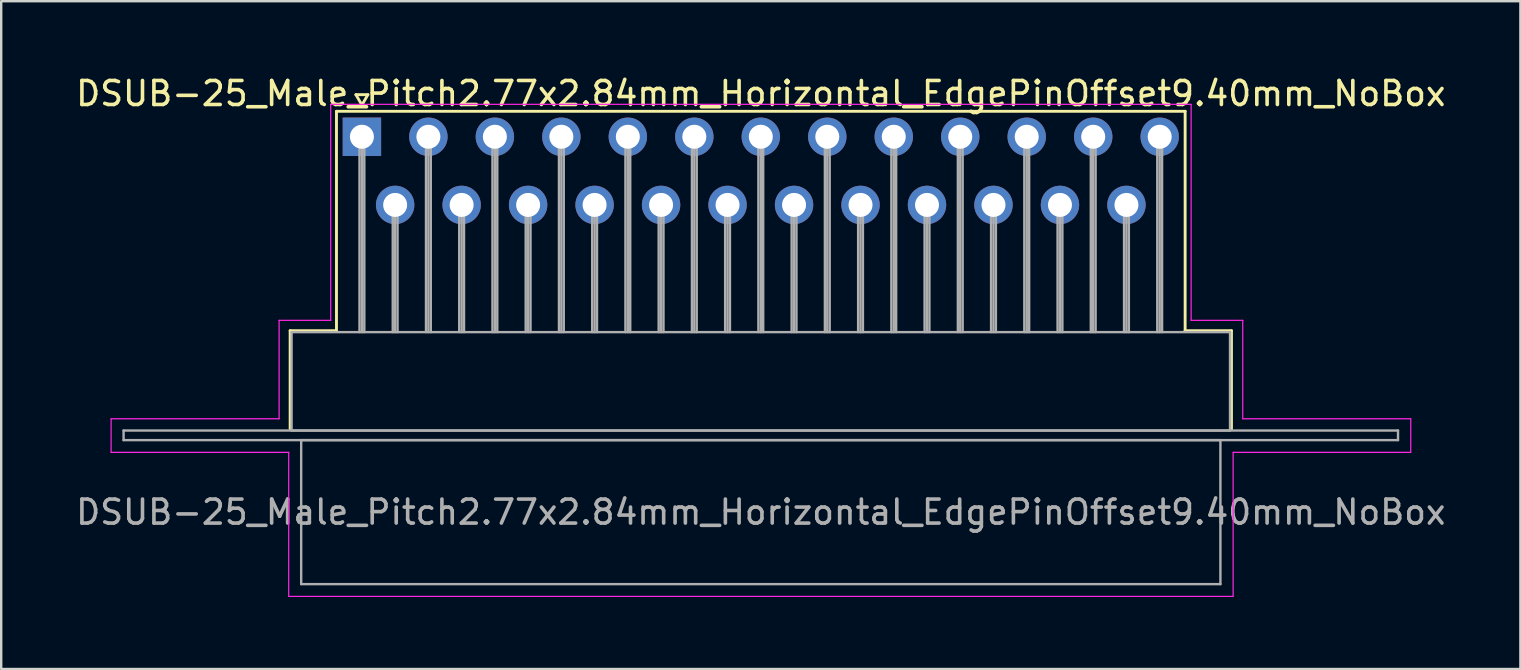
<source format=kicad_pcb>
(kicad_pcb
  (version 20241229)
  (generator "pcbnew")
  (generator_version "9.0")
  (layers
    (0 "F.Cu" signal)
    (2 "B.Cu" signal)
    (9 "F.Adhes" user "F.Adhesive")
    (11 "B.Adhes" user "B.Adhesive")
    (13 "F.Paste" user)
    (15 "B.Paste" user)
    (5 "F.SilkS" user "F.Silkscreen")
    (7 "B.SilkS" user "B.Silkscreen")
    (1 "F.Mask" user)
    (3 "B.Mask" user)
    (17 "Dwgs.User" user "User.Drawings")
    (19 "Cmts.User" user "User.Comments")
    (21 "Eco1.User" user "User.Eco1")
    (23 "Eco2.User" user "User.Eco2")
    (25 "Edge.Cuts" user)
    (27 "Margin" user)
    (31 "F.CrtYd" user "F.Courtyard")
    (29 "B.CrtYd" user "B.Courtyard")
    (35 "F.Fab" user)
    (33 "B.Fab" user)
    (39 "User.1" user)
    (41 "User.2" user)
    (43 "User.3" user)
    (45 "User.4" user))
  (footprint "DSUB-25_Male_Pitch2.77x2.84mm_Horizontal_EdgePinOffset9.40mm_NoBox"
    (layer "F.Cu")
    (at 12.029 2.648)
    (property "Reference" "DSUB-25_Male_Pitch2.77x2.84mm_Horizontal_EdgePinOffset9.40mm_NoBox" (at 16.62 -1.8 0) (layer "F.SilkS") (effects (font (size 1 1) (thickness 0.15))))
    (attr through_hole)
    (fp_line (start -2.99 8.08) (end -1.06 8.08) (stroke (width 0.12) (type solid)) (layer "F.SilkS"))
    (fp_line (start -2.99 12.18) (end -2.99 8.08) (stroke (width 0.12) (type solid)) (layer "F.SilkS"))
    (fp_line (start -1.06 -1.06) (end 34.3 -1.06) (stroke (width 0.12) (type solid)) (layer "F.SilkS"))
    (fp_line (start -1.06 8.08) (end -1.06 -1.06) (stroke (width 0.12) (type solid)) (layer "F.SilkS"))
    (fp_line (start -0.25 -1.754) (end 0.25 -1.754) (stroke (width 0.12) (type solid)) (layer "F.SilkS"))
    (fp_line (start 0 -1.321) (end -0.25 -1.754) (stroke (width 0.12) (type solid)) (layer "F.SilkS"))
    (fp_line (start 0.25 -1.754) (end 0 -1.321) (stroke (width 0.12) (type solid)) (layer "F.SilkS"))
    (fp_line (start 34.3 -1.06) (end 34.3 8.08) (stroke (width 0.12) (type solid)) (layer "F.SilkS"))
    (fp_line (start 34.3 8.08) (end 36.23 8.08) (stroke (width 0.12) (type solid)) (layer "F.SilkS"))
    (fp_line (start 36.23 8.08) (end 36.23 12.18) (stroke (width 0.12) (type solid)) (layer "F.SilkS"))
    (fp_line (start -10.45 11.75) (end -3.45 11.75) (stroke (width 0.05) (type solid)) (layer "F.CrtYd"))
    (fp_line (start -10.45 13.15) (end -10.45 11.75) (stroke (width 0.05) (type solid)) (layer "F.CrtYd"))
    (fp_line (start -3.45 7.65) (end -1.3 7.65) (stroke (width 0.05) (type solid)) (layer "F.CrtYd"))
    (fp_line (start -3.45 11.75) (end -3.45 7.65) (stroke (width 0.05) (type solid)) (layer "F.CrtYd"))
    (fp_line (start -3.05 13.15) (end -10.45 13.15) (stroke (width 0.05) (type solid)) (layer "F.CrtYd"))
    (fp_line (start -3.05 19.15) (end -3.05 13.15) (stroke (width 0.05) (type solid)) (layer "F.CrtYd"))
    (fp_line (start -1.3 -1.35) (end 34.55 -1.35) (stroke (width 0.05) (type solid)) (layer "F.CrtYd"))
    (fp_line (start -1.3 7.65) (end -1.3 -1.35) (stroke (width 0.05) (type solid)) (layer "F.CrtYd"))
    (fp_line (start 34.55 -1.35) (end 34.55 7.65) (stroke (width 0.05) (type solid)) (layer "F.CrtYd"))
    (fp_line (start 34.55 7.65) (end 36.7 7.65) (stroke (width 0.05) (type solid)) (layer "F.CrtYd"))
    (fp_line (start 36.3 13.15) (end 36.3 19.15) (stroke (width 0.05) (type solid)) (layer "F.CrtYd"))
    (fp_line (start 36.3 19.15) (end -3.05 19.15) (stroke (width 0.05) (type solid)) (layer "F.CrtYd"))
    (fp_line (start 36.7 7.65) (end 36.7 11.75) (stroke (width 0.05) (type solid)) (layer "F.CrtYd"))
    (fp_line (start 36.7 11.75) (end 43.7 11.75) (stroke (width 0.05) (type solid)) (layer "F.CrtYd"))
    (fp_line (start 43.7 11.75) (end 43.7 13.15) (stroke (width 0.05) (type solid)) (layer "F.CrtYd"))
    (fp_line (start 43.7 13.15) (end 36.3 13.15) (stroke (width 0.05) (type solid)) (layer "F.CrtYd"))
    (fp_line (start -9.93 12.24) (end -9.93 12.64) (stroke (width 0.1) (type solid)) (layer "F.Fab"))
    (fp_line (start -9.93 12.64) (end 43.17 12.64) (stroke (width 0.1) (type solid)) (layer "F.Fab"))
    (fp_line (start -2.93 8.14) (end -2.93 12.24) (stroke (width 0.1) (type solid)) (layer "F.Fab"))
    (fp_line (start -2.93 12.24) (end 36.17 12.24) (stroke (width 0.1) (type solid)) (layer "F.Fab"))
    (fp_line (start -2.53 12.64) (end -2.53 18.64) (stroke (width 0.1) (type solid)) (layer "F.Fab"))
    (fp_line (start -2.53 18.64) (end 35.77 18.64) (stroke (width 0.1) (type solid)) (layer "F.Fab"))
    (fp_line (start -0.1 0) (end -0.1 8.14) (stroke (width 0.1) (type solid)) (layer "F.Fab"))
    (fp_line (start 0 0) (end 0 8.14) (stroke (width 0.1) (type solid)) (layer "F.Fab"))
    (fp_line (start 0.1 0) (end 0.1 8.14) (stroke (width 0.1) (type solid)) (layer "F.Fab"))
    (fp_line (start 1.285 2.84) (end 1.285 8.14) (stroke (width 0.1) (type solid)) (layer "F.Fab"))
    (fp_line (start 1.385 2.84) (end 1.385 8.14) (stroke (width 0.1) (type solid)) (layer "F.Fab"))
    (fp_line (start 1.485 2.84) (end 1.485 8.14) (stroke (width 0.1) (type solid)) (layer "F.Fab"))
    (fp_line (start 2.67 0) (end 2.67 8.14) (stroke (width 0.1) (type solid)) (layer "F.Fab"))
    (fp_line (start 2.77 0) (end 2.77 8.14) (stroke (width 0.1) (type solid)) (layer "F.Fab"))
    (fp_line (start 2.87 0) (end 2.87 8.14) (stroke (width 0.1) (type solid)) (layer "F.Fab"))
    (fp_line (start 4.055 2.84) (end 4.055 8.14) (stroke (width 0.1) (type solid)) (layer "F.Fab"))
    (fp_line (start 4.155 2.84) (end 4.155 8.14) (stroke (width 0.1) (type solid)) (layer "F.Fab"))
    (fp_line (start 4.255 2.84) (end 4.255 8.14) (stroke (width 0.1) (type solid)) (layer "F.Fab"))
    (fp_line (start 5.44 0) (end 5.44 8.14) (stroke (width 0.1) (type solid)) (layer "F.Fab"))
    (fp_line (start 5.54 0) (end 5.54 8.14) (stroke (width 0.1) (type solid)) (layer "F.Fab"))
    (fp_line (start 5.64 0) (end 5.64 8.14) (stroke (width 0.1) (type solid)) (layer "F.Fab"))
    (fp_line (start 6.825 2.84) (end 6.825 8.14) (stroke (width 0.1) (type solid)) (layer "F.Fab"))
    (fp_line (start 6.925 2.84) (end 6.925 8.14) (stroke (width 0.1) (type solid)) (layer "F.Fab"))
    (fp_line (start 7.025 2.84) (end 7.025 8.14) (stroke (width 0.1) (type solid)) (layer "F.Fab"))
    (fp_line (start 8.21 0) (end 8.21 8.14) (stroke (width 0.1) (type solid)) (layer "F.Fab"))
    (fp_line (start 8.31 0) (end 8.31 8.14) (stroke (width 0.1) (type solid)) (layer "F.Fab"))
    (fp_line (start 8.41 0) (end 8.41 8.14) (stroke (width 0.1) (type solid)) (layer "F.Fab"))
    (fp_line (start 9.595 2.84) (end 9.595 8.14) (stroke (width 0.1) (type solid)) (layer "F.Fab"))
    (fp_line (start 9.695 2.84) (end 9.695 8.14) (stroke (width 0.1) (type solid)) (layer "F.Fab"))
    (fp_line (start 9.795 2.84) (end 9.795 8.14) (stroke (width 0.1) (type solid)) (layer "F.Fab"))
    (fp_line (start 10.98 0) (end 10.98 8.14) (stroke (width 0.1) (type solid)) (layer "F.Fab"))
    (fp_line (start 11.08 0) (end 11.08 8.14) (stroke (width 0.1) (type solid)) (layer "F.Fab"))
    (fp_line (start 11.18 0) (end 11.18 8.14) (stroke (width 0.1) (type solid)) (layer "F.Fab"))
    (fp_line (start 12.365 2.84) (end 12.365 8.14) (stroke (width 0.1) (type solid)) (layer "F.Fab"))
    (fp_line (start 12.465 2.84) (end 12.465 8.14) (stroke (width 0.1) (type solid)) (layer "F.Fab"))
    (fp_line (start 12.565 2.84) (end 12.565 8.14) (stroke (width 0.1) (type solid)) (layer "F.Fab"))
    (fp_line (start 13.75 0) (end 13.75 8.14) (stroke (width 0.1) (type solid)) (layer "F.Fab"))
    (fp_line (start 13.85 0) (end 13.85 8.14) (stroke (width 0.1) (type solid)) (layer "F.Fab"))
    (fp_line (start 13.95 0) (end 13.95 8.14) (stroke (width 0.1) (type solid)) (layer "F.Fab"))
    (fp_line (start 15.135 2.84) (end 15.135 8.14) (stroke (width 0.1) (type solid)) (layer "F.Fab"))
    (fp_line (start 15.235 2.84) (end 15.235 8.14) (stroke (width 0.1) (type solid)) (layer "F.Fab"))
    (fp_line (start 15.335 2.84) (end 15.335 8.14) (stroke (width 0.1) (type solid)) (layer "F.Fab"))
    (fp_line (start 16.52 0) (end 16.52 8.14) (stroke (width 0.1) (type solid)) (layer "F.Fab"))
    (fp_line (start 16.62 0) (end 16.62 8.14) (stroke (width 0.1) (type solid)) (layer "F.Fab"))
    (fp_line (start 16.72 0) (end 16.72 8.14) (stroke (width 0.1) (type solid)) (layer "F.Fab"))
    (fp_line (start 17.905 2.84) (end 17.905 8.14) (stroke (width 0.1) (type solid)) (layer "F.Fab"))
    (fp_line (start 18.005 2.84) (end 18.005 8.14) (stroke (width 0.1) (type solid)) (layer "F.Fab"))
    (fp_line (start 18.105 2.84) (end 18.105 8.14) (stroke (width 0.1) (type solid)) (layer "F.Fab"))
    (fp_line (start 19.29 0) (end 19.29 8.14) (stroke (width 0.1) (type solid)) (layer "F.Fab"))
    (fp_line (start 19.39 0) (end 19.39 8.14) (stroke (width 0.1) (type solid)) (layer "F.Fab"))
    (fp_line (start 19.49 0) (end 19.49 8.14) (stroke (width 0.1) (type solid)) (layer "F.Fab"))
    (fp_line (start 20.675 2.84) (end 20.675 8.14) (stroke (width 0.1) (type solid)) (layer "F.Fab"))
    (fp_line (start 20.775 2.84) (end 20.775 8.14) (stroke (width 0.1) (type solid)) (layer "F.Fab"))
    (fp_line (start 20.875 2.84) (end 20.875 8.14) (stroke (width 0.1) (type solid)) (layer "F.Fab"))
    (fp_line (start 22.06 0) (end 22.06 8.14) (stroke (width 0.1) (type solid)) (layer "F.Fab"))
    (fp_line (start 22.16 0) (end 22.16 8.14) (stroke (width 0.1) (type solid)) (layer "F.Fab"))
    (fp_line (start 22.26 0) (end 22.26 8.14) (stroke (width 0.1) (type solid)) (layer "F.Fab"))
    (fp_line (start 23.445 2.84) (end 23.445 8.14) (stroke (width 0.1) (type solid)) (layer "F.Fab"))
    (fp_line (start 23.545 2.84) (end 23.545 8.14) (stroke (width 0.1) (type solid)) (layer "F.Fab"))
    (fp_line (start 23.645 2.84) (end 23.645 8.14) (stroke (width 0.1) (type solid)) (layer "F.Fab"))
    (fp_line (start 24.83 0) (end 24.83 8.14) (stroke (width 0.1) (type solid)) (layer "F.Fab"))
    (fp_line (start 24.93 0) (end 24.93 8.14) (stroke (width 0.1) (type solid)) (layer "F.Fab"))
    (fp_line (start 25.03 0) (end 25.03 8.14) (stroke (width 0.1) (type solid)) (layer "F.Fab"))
    (fp_line (start 26.215 2.84) (end 26.215 8.14) (stroke (width 0.1) (type solid)) (layer "F.Fab"))
    (fp_line (start 26.315 2.84) (end 26.315 8.14) (stroke (width 0.1) (type solid)) (layer "F.Fab"))
    (fp_line (start 26.415 2.84) (end 26.415 8.14) (stroke (width 0.1) (type solid)) (layer "F.Fab"))
    (fp_line (start 27.6 0) (end 27.6 8.14) (stroke (width 0.1) (type solid)) (layer "F.Fab"))
    (fp_line (start 27.7 0) (end 27.7 8.14) (stroke (width 0.1) (type solid)) (layer "F.Fab"))
    (fp_line (start 27.8 0) (end 27.8 8.14) (stroke (width 0.1) (type solid)) (layer "F.Fab"))
    (fp_line (start 28.985 2.84) (end 28.985 8.14) (stroke (width 0.1) (type solid)) (layer "F.Fab"))
    (fp_line (start 29.085 2.84) (end 29.085 8.14) (stroke (width 0.1) (type solid)) (layer "F.Fab"))
    (fp_line (start 29.185 2.84) (end 29.185 8.14) (stroke (width 0.1) (type solid)) (layer "F.Fab"))
    (fp_line (start 30.37 0) (end 30.37 8.14) (stroke (width 0.1) (type solid)) (layer "F.Fab"))
    (fp_line (start 30.47 0) (end 30.47 8.14) (stroke (width 0.1) (type solid)) (layer "F.Fab"))
    (fp_line (start 30.57 0) (end 30.57 8.14) (stroke (width 0.1) (type solid)) (layer "F.Fab"))
    (fp_line (start 31.755 2.84) (end 31.755 8.14) (stroke (width 0.1) (type solid)) (layer "F.Fab"))
    (fp_line (start 31.855 2.84) (end 31.855 8.14) (stroke (width 0.1) (type solid)) (layer "F.Fab"))
    (fp_line (start 31.955 2.84) (end 31.955 8.14) (stroke (width 0.1) (type solid)) (layer "F.Fab"))
    (fp_line (start 33.14 0) (end 33.14 8.14) (stroke (width 0.1) (type solid)) (layer "F.Fab"))
    (fp_line (start 33.24 0) (end 33.24 8.14) (stroke (width 0.1) (type solid)) (layer "F.Fab"))
    (fp_line (start 33.34 0) (end 33.34 8.14) (stroke (width 0.1) (type solid)) (layer "F.Fab"))
    (fp_line (start 35.77 12.64) (end -2.53 12.64) (stroke (width 0.1) (type solid)) (layer "F.Fab"))
    (fp_line (start 35.77 18.64) (end 35.77 12.64) (stroke (width 0.1) (type solid)) (layer "F.Fab"))
    (fp_line (start 36.17 8.14) (end -2.93 8.14) (stroke (width 0.1) (type solid)) (layer "F.Fab"))
    (fp_line (start 36.17 12.24) (end 36.17 8.14) (stroke (width 0.1) (type solid)) (layer "F.Fab"))
    (fp_line (start 43.17 12.24) (end -9.93 12.24) (stroke (width 0.1) (type solid)) (layer "F.Fab"))
    (fp_line (start 43.17 12.64) (end 43.17 12.24) (stroke (width 0.1) (type solid)) (layer "F.Fab"))
    (fp_text user "${REFERENCE}" (at 16.62 15.64 0) (layer "F.Fab") (effects (font (size 1 1) (thickness 0.15))))
    (pad "1" thru_hole rect (at 0 0) (size 1.6 1.6) (drill 1) (layers "*.Cu" "*.Mask"))
    (pad "2" thru_hole circle (at 2.77 0) (size 1.6 1.6) (drill 1) (layers "*.Cu" "*.Mask"))
    (pad "3" thru_hole circle (at 5.54 0) (size 1.6 1.6) (drill 1) (layers "*.Cu" "*.Mask"))
    (pad "4" thru_hole circle (at 8.31 0) (size 1.6 1.6) (drill 1) (layers "*.Cu" "*.Mask"))
    (pad "5" thru_hole circle (at 11.08 0) (size 1.6 1.6) (drill 1) (layers "*.Cu" "*.Mask"))
    (pad "6" thru_hole circle (at 13.85 0) (size 1.6 1.6) (drill 1) (layers "*.Cu" "*.Mask"))
    (pad "7" thru_hole circle (at 16.62 0) (size 1.6 1.6) (drill 1) (layers "*.Cu" "*.Mask"))
    (pad "8" thru_hole circle (at 19.39 0) (size 1.6 1.6) (drill 1) (layers "*.Cu" "*.Mask"))
    (pad "9" thru_hole circle (at 22.16 0) (size 1.6 1.6) (drill 1) (layers "*.Cu" "*.Mask"))
    (pad "10" thru_hole circle (at 24.93 0) (size 1.6 1.6) (drill 1) (layers "*.Cu" "*.Mask"))
    (pad "11" thru_hole circle (at 27.7 0) (size 1.6 1.6) (drill 1) (layers "*.Cu" "*.Mask"))
    (pad "12" thru_hole circle (at 30.47 0) (size 1.6 1.6) (drill 1) (layers "*.Cu" "*.Mask"))
    (pad "13" thru_hole circle (at 33.24 0) (size 1.6 1.6) (drill 1) (layers "*.Cu" "*.Mask"))
    (pad "14" thru_hole circle (at 1.385 2.84) (size 1.6 1.6) (drill 1) (layers "*.Cu" "*.Mask"))
    (pad "15" thru_hole circle (at 4.155 2.84) (size 1.6 1.6) (drill 1) (layers "*.Cu" "*.Mask"))
    (pad "16" thru_hole circle (at 6.925 2.84) (size 1.6 1.6) (drill 1) (layers "*.Cu" "*.Mask"))
    (pad "17" thru_hole circle (at 9.695 2.84) (size 1.6 1.6) (drill 1) (layers "*.Cu" "*.Mask"))
    (pad "18" thru_hole circle (at 12.465 2.84) (size 1.6 1.6) (drill 1) (layers "*.Cu" "*.Mask"))
    (pad "19" thru_hole circle (at 15.235 2.84) (size 1.6 1.6) (drill 1) (layers "*.Cu" "*.Mask"))
    (pad "20" thru_hole circle (at 18.005 2.84) (size 1.6 1.6) (drill 1) (layers "*.Cu" "*.Mask"))
    (pad "21" thru_hole circle (at 20.775 2.84) (size 1.6 1.6) (drill 1) (layers "*.Cu" "*.Mask"))
    (pad "22" thru_hole circle (at 23.545 2.84) (size 1.6 1.6) (drill 1) (layers "*.Cu" "*.Mask"))
    (pad "23" thru_hole circle (at 26.315 2.84) (size 1.6 1.6) (drill 1) (layers "*.Cu" "*.Mask"))
    (pad "24" thru_hole circle (at 29.085 2.84) (size 1.6 1.6) (drill 1) (layers "*.Cu" "*.Mask"))
    (pad "25" thru_hole circle (at 31.855 2.84) (size 1.6 1.6) (drill 1) (layers "*.Cu" "*.Mask")))
  (gr_rect
    (start -3 -3)
    (end 60.298 24.823)
    (stroke (width 0.1) (type default))
    (fill no)
    (layer "Edge.Cuts")))
</source>
